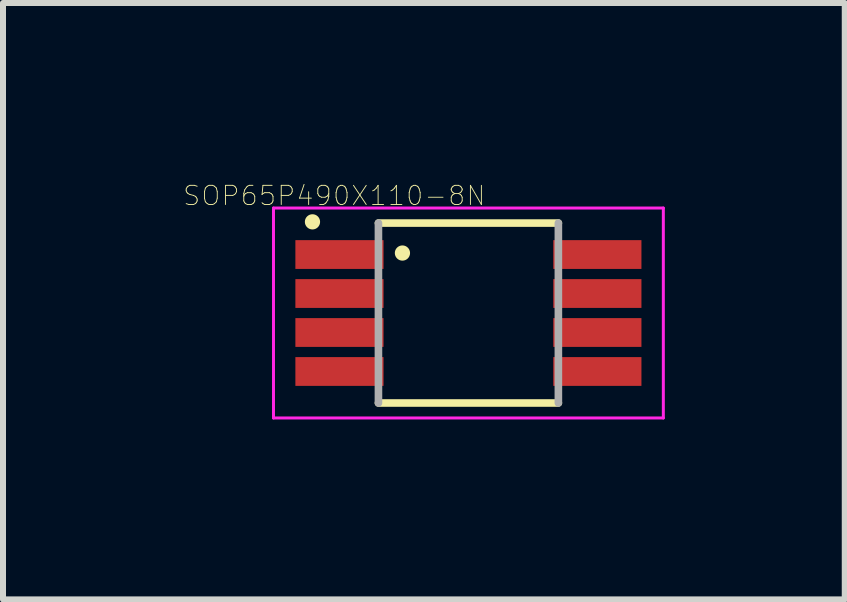
<source format=kicad_pcb>
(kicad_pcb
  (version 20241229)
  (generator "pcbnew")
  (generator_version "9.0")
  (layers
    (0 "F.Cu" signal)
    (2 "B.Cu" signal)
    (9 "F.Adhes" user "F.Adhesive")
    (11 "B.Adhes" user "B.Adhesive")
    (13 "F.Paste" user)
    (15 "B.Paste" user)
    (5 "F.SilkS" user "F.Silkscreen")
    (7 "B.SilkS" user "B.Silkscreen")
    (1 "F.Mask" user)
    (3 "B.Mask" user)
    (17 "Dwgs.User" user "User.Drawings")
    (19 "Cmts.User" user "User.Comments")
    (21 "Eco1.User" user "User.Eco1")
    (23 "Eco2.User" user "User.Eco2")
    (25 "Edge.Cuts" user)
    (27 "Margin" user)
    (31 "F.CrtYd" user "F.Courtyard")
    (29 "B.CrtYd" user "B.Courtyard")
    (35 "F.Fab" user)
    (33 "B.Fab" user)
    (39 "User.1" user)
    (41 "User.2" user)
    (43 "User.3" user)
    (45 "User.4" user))
  (footprint "SOP65P490X110-8N"
    (layer "F.Cu")
    (at 4.76 2.169)
    (property "Reference" "SOP65P490X110-8N" (at -2.237 -1.956 0) (layer "F.SilkS") (effects (font (size 0.32 0.32) (thickness 0.015))))
    (attr through_hole)
    (fp_line (start -1.5 -1.5) (end 1.5 -1.5) (stroke (width 0.127) (type solid)) (layer "F.SilkS"))
    (fp_line (start -1.5 1.5) (end 1.5 1.5) (stroke (width 0.127) (type solid)) (layer "F.SilkS"))
    (fp_circle (center -2.6 -1.52) (end -2.473 -1.52) (stroke (width 0) (type solid)) (fill yes) (layer "F.SilkS"))
    (fp_circle (center -1.1 -1) (end -0.973 -1) (stroke (width 0) (type solid)) (fill yes) (layer "F.SilkS"))
    (fp_line (start -3.25 -1.75) (end 3.25 -1.75) (stroke (width 0.05) (type solid)) (layer "F.CrtYd"))
    (fp_line (start -3.25 1.75) (end -3.25 -1.75) (stroke (width 0.05) (type solid)) (layer "F.CrtYd"))
    (fp_line (start 3.25 -1.75) (end 3.25 1.75) (stroke (width 0.05) (type solid)) (layer "F.CrtYd"))
    (fp_line (start 3.25 1.75) (end -3.25 1.75) (stroke (width 0.05) (type solid)) (layer "F.CrtYd"))
    (fp_line (start -1.5 1.5) (end -1.5 -1.5) (stroke (width 0.127) (type solid)) (layer "F.Fab"))
    (fp_line (start 1.5 -1.5) (end 1.5 1.5) (stroke (width 0.127) (type solid)) (layer "F.Fab"))
    (pad "1" smd rect (at -2.15 -0.975) (size 1.47 0.48) (layers "F.Cu" "F.Mask" "F.Paste"))
    (pad "2" smd rect (at -2.15 -0.325) (size 1.47 0.48) (layers "F.Cu" "F.Mask" "F.Paste"))
    (pad "3" smd rect (at -2.15 0.325) (size 1.47 0.48) (layers "F.Cu" "F.Mask" "F.Paste"))
    (pad "4" smd rect (at -2.15 0.975) (size 1.47 0.48) (layers "F.Cu" "F.Mask" "F.Paste"))
    (pad "5" smd rect (at 2.15 0.975) (size 1.47 0.48) (layers "F.Cu" "F.Mask" "F.Paste"))
    (pad "6" smd rect (at 2.15 0.325) (size 1.47 0.48) (layers "F.Cu" "F.Mask" "F.Paste"))
    (pad "7" smd rect (at 2.15 -0.325) (size 1.47 0.48) (layers "F.Cu" "F.Mask" "F.Paste"))
    (pad "8" smd rect (at 2.15 -0.975) (size 1.47 0.48) (layers "F.Cu" "F.Mask" "F.Paste")))
  (gr_rect
    (start -3 -3)
    (end 11.035 6.944)
    (stroke (width 0.1) (type default))
    (fill no)
    (layer "Edge.Cuts")))
</source>
